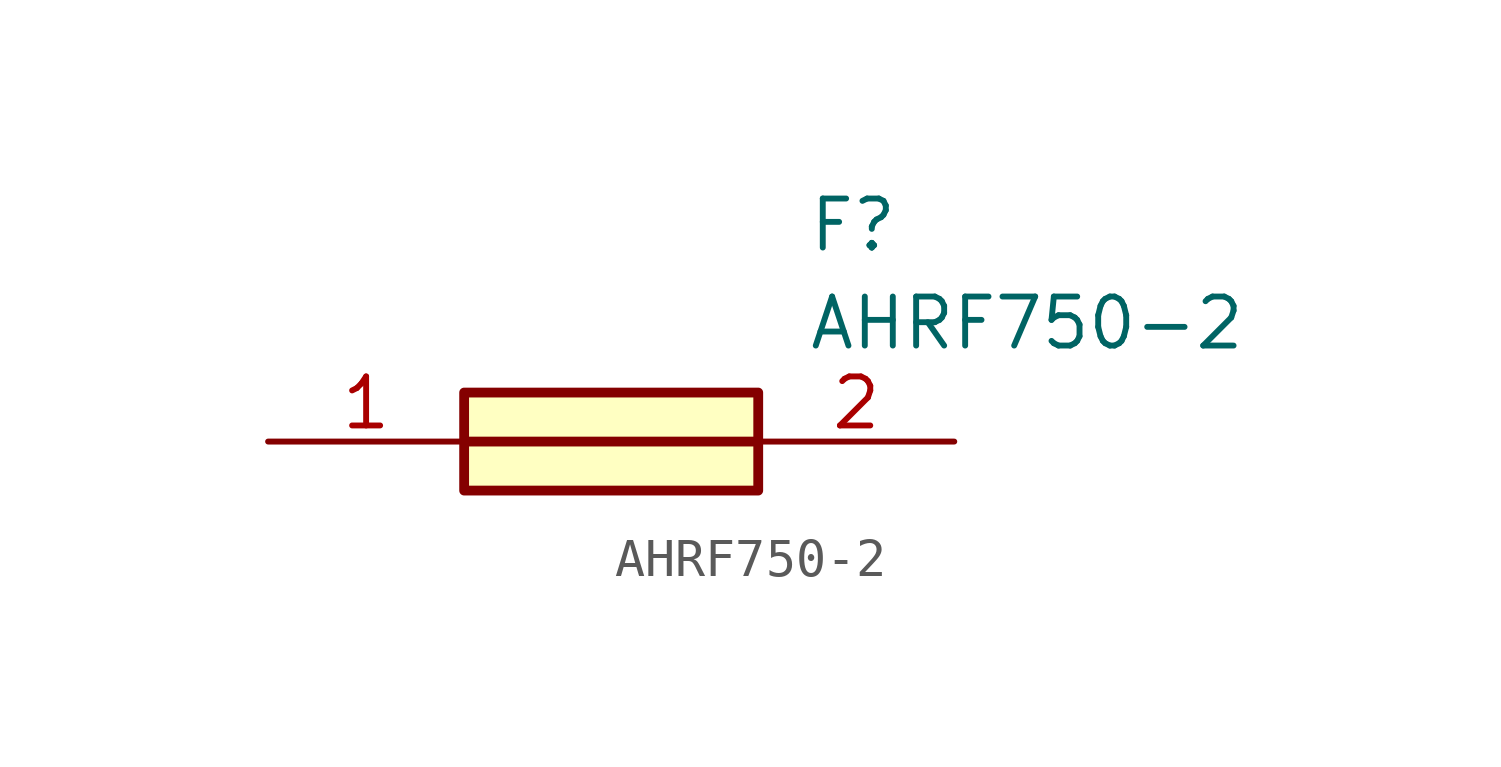
<source format=kicad_sym>
(kicad_symbol_lib
  (version 20211014)
  (generator SamacSys_ECAD_Model)
  (symbol "AHRF750-2"
    (pin_names hide)
    (property "Reference" "F"
      (at 13.97 6.35 0)
      (effects (font (size 1.27 1.27)) (justify left top)))
    (property "Value" "AHRF750-2"
      (at 13.97 3.81 0)
      (effects (font (size 1.27 1.27)) (justify left top)))
    (rectangle
      (start 5.08 1.27)
      (end 12.7 -1.27)
      (stroke (width 0.254) (type default))
      (fill (type background)))
    (polyline
      (pts (xy 5.08 0) (xy 12.7 0))
      (stroke (width 0.254) (type default))
      (fill (type none)))
    (pin passive line
      (at 0 0 0)
      (length 5.08)
      (name "1" (effects (font (size 1.27 1.27))))
      (number "1" (effects (font (size 1.27 1.27)))))
    (pin passive line
      (at 17.78 0 180)
      (length 5.08)
      (name "2" (effects (font (size 1.27 1.27))))
      (number "2" (effects (font (size 1.27 1.27)))))))
</source>
